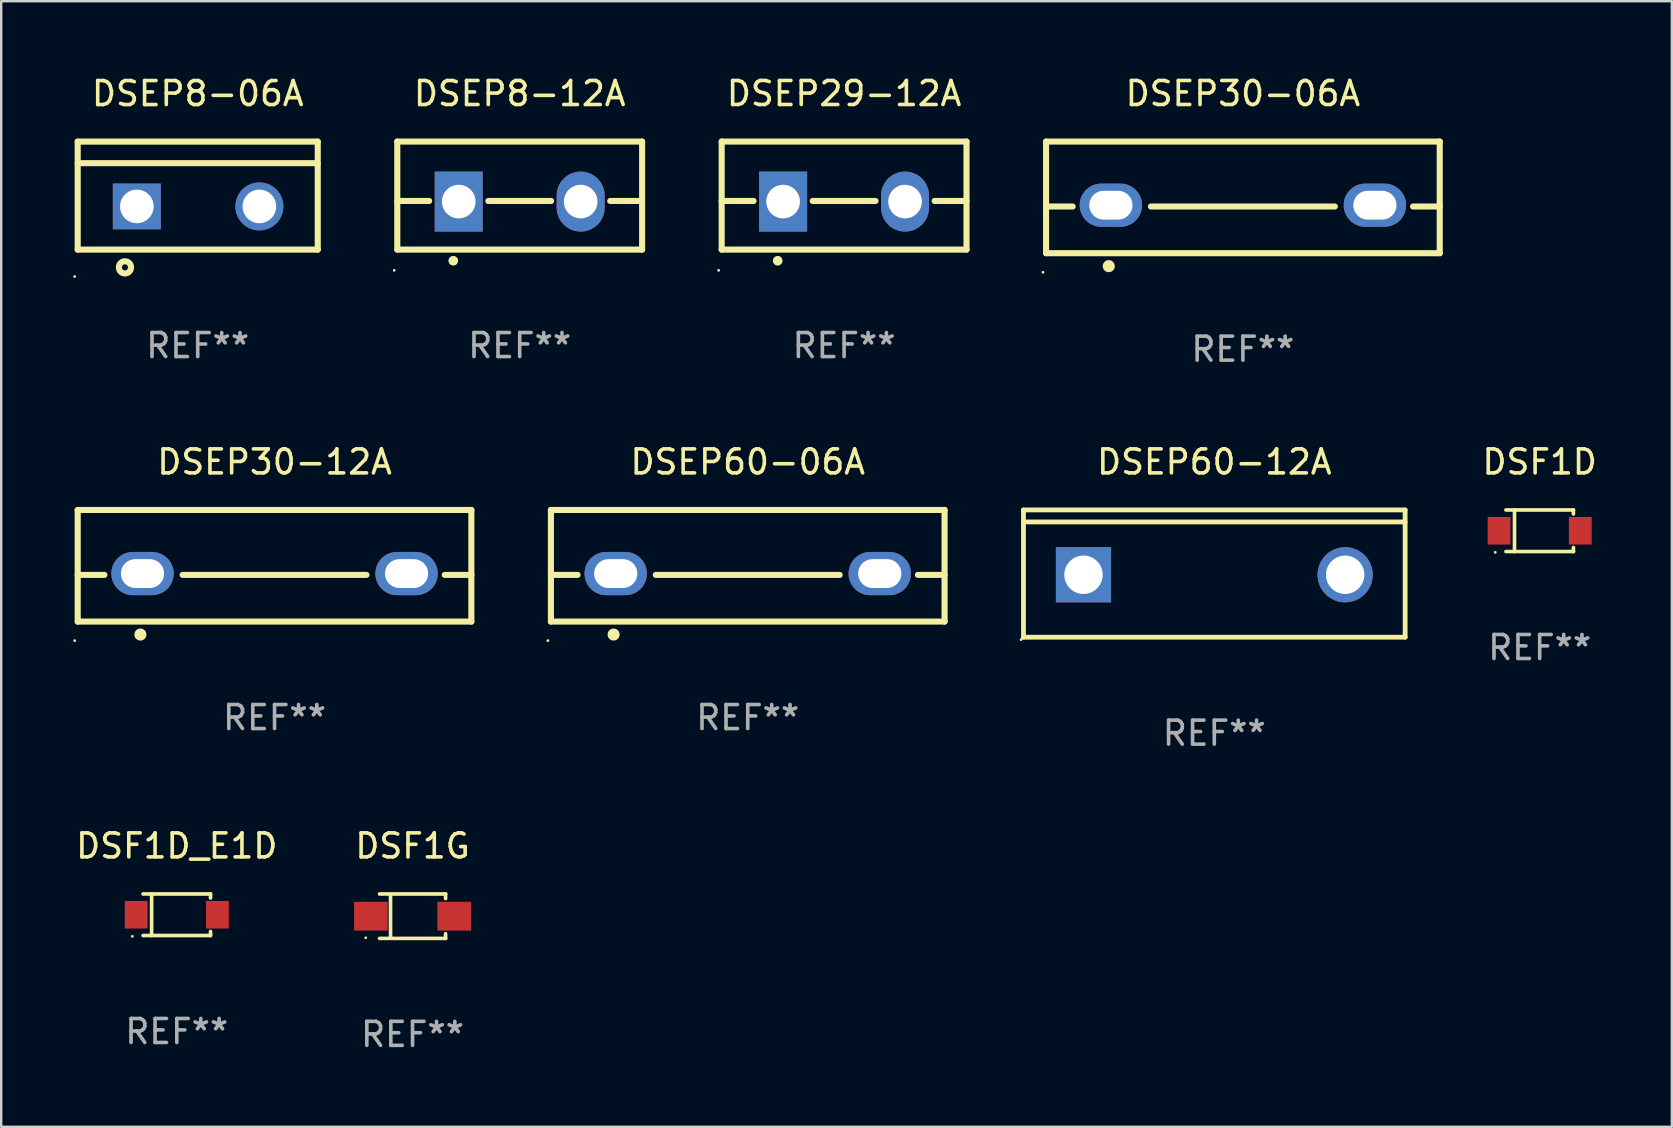
<source format=kicad_pcb>
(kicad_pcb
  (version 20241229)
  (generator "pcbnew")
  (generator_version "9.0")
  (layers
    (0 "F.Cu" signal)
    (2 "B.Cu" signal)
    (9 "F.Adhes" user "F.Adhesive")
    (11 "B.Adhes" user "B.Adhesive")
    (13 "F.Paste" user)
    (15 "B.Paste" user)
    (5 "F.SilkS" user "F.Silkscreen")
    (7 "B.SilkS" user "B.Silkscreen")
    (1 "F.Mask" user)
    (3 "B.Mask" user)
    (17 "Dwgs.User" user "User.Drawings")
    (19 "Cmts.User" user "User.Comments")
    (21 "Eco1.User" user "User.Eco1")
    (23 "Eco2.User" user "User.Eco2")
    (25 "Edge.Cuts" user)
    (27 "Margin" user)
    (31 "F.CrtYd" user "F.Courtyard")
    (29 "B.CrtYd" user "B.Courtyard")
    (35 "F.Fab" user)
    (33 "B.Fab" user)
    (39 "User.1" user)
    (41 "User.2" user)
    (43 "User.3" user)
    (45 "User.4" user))
  (footprint "DSEP60-06A"
    (layer "F.Cu")
    (at 28.101 20.52)
    (property "Reference" "DSEP60-06A" (at 0 -4.325 0) (layer "F.SilkS") (effects (font (size 1 1) (thickness 0.15))))
    (attr through_hole)
    (fp_line (start -8.2 -2.325) (end -8.2 2.325) (stroke (width 0.254) (type solid)) (layer "F.SilkS"))
    (fp_line (start -8.2 -2.325) (end 8.2 -2.325) (stroke (width 0.254) (type solid)) (layer "F.SilkS"))
    (fp_line (start -8.2 0.38) (end -7.09 0.38) (stroke (width 0.254) (type solid)) (layer "F.SilkS"))
    (fp_line (start -8.2 2.325) (end 8.2 2.325) (stroke (width 0.254) (type solid)) (layer "F.SilkS"))
    (fp_line (start -3.83 0.38) (end 3.83 0.38) (stroke (width 0.254) (type solid)) (layer "F.SilkS"))
    (fp_line (start 7.09 0.38) (end 8.2 0.38) (stroke (width 0.254) (type solid)) (layer "F.SilkS"))
    (fp_line (start 8.2 -2.325) (end 8.2 2.325) (stroke (width 0.254) (type solid)) (layer "F.SilkS"))
    (fp_circle (center -8.327 3.119) (end -8.297 3.119) (stroke (width 0.06) (type solid)) (fill no) (layer "F.SilkS"))
    (fp_circle (center -5.588 2.865) (end -5.461 2.865) (stroke (width 0.254) (type solid)) (fill no) (layer "F.SilkS"))
    (fp_text user "REF**" (at 0 6.325 0) (layer "F.Fab") (effects (font (size 1 1) (thickness 0.15))))
    (pad "1" thru_hole oval (at -5.5 0.325) (size 2.6 1.8) (drill oval 1.8 1.2) (layers "*.Cu" "*.Mask"))
    (pad "3" thru_hole oval (at 5.5 0.325) (size 2.6 1.8) (drill oval 1.8 1.2) (layers "*.Cu" "*.Mask")))
  (footprint "DSEP60-12A"
    (layer "F.Cu")
    (at 47.538 20.845)
    (property "Reference" "DSEP60-12A" (at 0 -4.65 0) (layer "F.SilkS") (effects (font (size 1 1) (thickness 0.15))))
    (attr through_hole)
    (fp_line (start -7.95 -2.65) (end -7.95 2.65) (stroke (width 0.2) (type solid)) (layer "F.SilkS"))
    (fp_line (start -7.95 -2.15) (end 7.95 -2.15) (stroke (width 0.2) (type solid)) (layer "F.SilkS"))
    (fp_line (start -7.95 2.65) (end 7.95 2.65) (stroke (width 0.2) (type solid)) (layer "F.SilkS"))
    (fp_line (start 7.95 -2.65) (end -7.95 -2.65) (stroke (width 0.2) (type solid)) (layer "F.SilkS"))
    (fp_line (start 7.95 2.65) (end 7.95 -2.65) (stroke (width 0.2) (type solid)) (layer "F.SilkS"))
    (fp_circle (center -8.05 2.75) (end -8.02 2.75) (stroke (width 0.06) (type solid)) (fill no) (layer "F.SilkS"))
    (fp_text user "REF**" (at 0 6.65 0) (layer "F.Fab") (effects (font (size 1 1) (thickness 0.15))))
    (pad "1" thru_hole rect (at -5.45 0.05) (size 2.3 2.3) (drill 1.6) (layers "*.Cu" "*.Mask"))
    (pad "2" thru_hole circle (at 5.451 0.05) (size 2.3 2.3) (drill 1.6) (layers "*.Cu" "*.Mask")))
  (footprint "DSF1D"
    (layer "F.Cu")
    (at 61.094 19.061)
    (property "Reference" "DSF1D" (at 0 -2.866 0) (layer "F.SilkS") (effects (font (size 1 1) (thickness 0.15))))
    (attr through_hole)
    (fp_line (start -1.406 -0.866) (end 1.406 -0.866) (stroke (width 0.152) (type solid)) (layer "F.SilkS"))
    (fp_line (start -1.406 0.866) (end 1.406 0.866) (stroke (width 0.152) (type solid)) (layer "F.SilkS"))
    (fp_line (start -1.049 -0.866) (end -1.049 0.866) (stroke (width 0.152) (type solid)) (layer "F.SilkS"))
    (fp_line (start 1.406 -0.866) (end 1.406 -0.698) (stroke (width 0.152) (type solid)) (layer "F.SilkS"))
    (fp_line (start 1.406 0.866) (end 1.406 0.698) (stroke (width 0.152) (type solid)) (layer "F.SilkS"))
    (fp_circle (center -1.851 0.9) (end -1.821 0.9) (stroke (width 0.06) (type solid)) (fill no) (layer "F.SilkS"))
    (fp_text user "REF**" (at 0 4.866 0) (layer "F.Fab") (effects (font (size 1 1) (thickness 0.15))))
    (pad "1" smd rect (at -1.692 0) (size 0.95 1.15) (layers "F.Cu" "F.Mask" "F.Paste"))
    (pad "2" smd rect (at 1.692 0) (size 0.95 1.15) (layers "F.Cu" "F.Mask" "F.Paste")))
  (footprint "DSEP8-06A"
    (layer "F.Cu")
    (at 5.187 5.099)
    (property "Reference" "DSEP8-06A" (at 0 -4.25 0) (layer "F.SilkS") (effects (font (size 1 1) (thickness 0.15))))
    (attr through_hole)
    (fp_line (start -5 -2.25) (end 5 -2.25) (stroke (width 0.254) (type solid)) (layer "F.SilkS"))
    (fp_line (start -5 -1.351) (end 5 -1.351) (stroke (width 0.254) (type solid)) (layer "F.SilkS"))
    (fp_line (start -5 2.25) (end -5 -2.25) (stroke (width 0.254) (type solid)) (layer "F.SilkS"))
    (fp_line (start -5 2.25) (end 5 2.25) (stroke (width 0.254) (type solid)) (layer "F.SilkS"))
    (fp_line (start 5 2.25) (end 5 -2.25) (stroke (width 0.254) (type solid)) (layer "F.SilkS"))
    (fp_circle (center -5.127 3.371) (end -5.097 3.371) (stroke (width 0.06) (type solid)) (fill no) (layer "F.SilkS"))
    (fp_circle (center -3.031 2.99) (end -2.777 2.99) (stroke (width 0.254) (type solid)) (fill no) (layer "F.SilkS"))
    (fp_text user "REF**" (at 0 6.25 0) (layer "F.Fab") (effects (font (size 1 1) (thickness 0.15))))
    (pad "1" thru_hole rect (at -2.536 0.45 90) (size 1.905 2) (drill 1.4) (layers "*.Cu" "*.Mask"))
    (pad "3" thru_hole circle (at 2.569 0.45) (size 2 2) (drill 1.4) (layers "*.Cu" "*.Mask")))
  (footprint "DSEP29-12A"
    (layer "F.Cu")
    (at 32.115 5.098)
    (property "Reference" "DSEP29-12A" (at 0 -4.25 0) (layer "F.SilkS") (effects (font (size 1 1) (thickness 0.15))))
    (attr through_hole)
    (fp_line (start -5.1 -2.25) (end -5.1 2.25) (stroke (width 0.254) (type solid)) (layer "F.SilkS"))
    (fp_line (start -5.1 0.224) (end -3.772 0.224) (stroke (width 0.254) (type solid)) (layer "F.SilkS"))
    (fp_line (start -5.1 2.25) (end 5.1 2.25) (stroke (width 0.254) (type solid)) (layer "F.SilkS"))
    (fp_line (start -1.308 0.224) (end 1.309 0.224) (stroke (width 0.254) (type solid)) (layer "F.SilkS"))
    (fp_line (start 3.771 0.224) (end 5.1 0.224) (stroke (width 0.254) (type solid)) (layer "F.SilkS"))
    (fp_line (start 5.1 -2.25) (end -5.1 -2.25) (stroke (width 0.254) (type solid)) (layer "F.SilkS"))
    (fp_line (start 5.1 -2.25) (end 5.1 2.25) (stroke (width 0.254) (type solid)) (layer "F.SilkS"))
    (fp_arc (start -2.768606 2.713805) (mid -2.767336 2.713801) (end -2.766066 2.713805) (stroke (width 0.4) (type solid)) (layer "F.SilkS"))
    (fp_circle (center -5.227 3.114) (end -5.197 3.114) (stroke (width 0.06) (type solid)) (fill no) (layer "F.SilkS"))
    (fp_text user "REF**" (at 0 6.25 0) (layer "F.Fab") (effects (font (size 1 1) (thickness 0.15))))
    (pad "1" thru_hole rect (at -2.54 0.25) (size 2 2.5) (drill 1.4) (layers "*.Cu" "*.Mask"))
    (pad "3" thru_hole oval (at 2.54 0.25) (size 2 2.5) (drill 1.4) (layers "*.Cu" "*.Mask")))
  (footprint "DSEP30-12A"
    (layer "F.Cu")
    (at 8.387 20.52)
    (property "Reference" "DSEP30-12A" (at 0 -4.325 0) (layer "F.SilkS") (effects (font (size 1 1) (thickness 0.15))))
    (attr through_hole)
    (fp_line (start -8.2 -2.325) (end -8.2 2.325) (stroke (width 0.254) (type solid)) (layer "F.SilkS"))
    (fp_line (start -8.2 -2.325) (end 8.2 -2.325) (stroke (width 0.254) (type solid)) (layer "F.SilkS"))
    (fp_line (start -8.2 0.38) (end -7.09 0.38) (stroke (width 0.254) (type solid)) (layer "F.SilkS"))
    (fp_line (start -8.2 2.325) (end 8.2 2.325) (stroke (width 0.254) (type solid)) (layer "F.SilkS"))
    (fp_line (start -3.83 0.38) (end 3.83 0.38) (stroke (width 0.254) (type solid)) (layer "F.SilkS"))
    (fp_line (start 7.09 0.38) (end 8.2 0.38) (stroke (width 0.254) (type solid)) (layer "F.SilkS"))
    (fp_line (start 8.2 -2.325) (end 8.2 2.325) (stroke (width 0.254) (type solid)) (layer "F.SilkS"))
    (fp_circle (center -8.327 3.119) (end -8.297 3.119) (stroke (width 0.06) (type solid)) (fill no) (layer "F.SilkS"))
    (fp_circle (center -5.588 2.865) (end -5.461 2.865) (stroke (width 0.254) (type solid)) (fill no) (layer "F.SilkS"))
    (fp_text user "REF**" (at 0 6.325 0) (layer "F.Fab") (effects (font (size 1 1) (thickness 0.15))))
    (pad "1" thru_hole oval (at -5.5 0.325) (size 2.6 1.8) (drill oval 1.8 1.2) (layers "*.Cu" "*.Mask"))
    (pad "3" thru_hole oval (at 5.5 0.325) (size 2.6 1.8) (drill oval 1.8 1.2) (layers "*.Cu" "*.Mask")))
  (footprint "DSEP30-06A"
    (layer "F.Cu")
    (at 48.729 5.173)
    (property "Reference" "DSEP30-06A" (at 0 -4.325 0) (layer "F.SilkS") (effects (font (size 1 1) (thickness 0.15))))
    (attr through_hole)
    (fp_line (start -8.2 -2.325) (end -8.2 2.325) (stroke (width 0.254) (type solid)) (layer "F.SilkS"))
    (fp_line (start -8.2 -2.325) (end 8.2 -2.325) (stroke (width 0.254) (type solid)) (layer "F.SilkS"))
    (fp_line (start -8.2 0.38) (end -7.09 0.38) (stroke (width 0.254) (type solid)) (layer "F.SilkS"))
    (fp_line (start -8.2 2.325) (end 8.2 2.325) (stroke (width 0.254) (type solid)) (layer "F.SilkS"))
    (fp_line (start -3.83 0.38) (end 3.83 0.38) (stroke (width 0.254) (type solid)) (layer "F.SilkS"))
    (fp_line (start 7.09 0.38) (end 8.2 0.38) (stroke (width 0.254) (type solid)) (layer "F.SilkS"))
    (fp_line (start 8.2 -2.325) (end 8.2 2.325) (stroke (width 0.254) (type solid)) (layer "F.SilkS"))
    (fp_circle (center -8.327 3.119) (end -8.297 3.119) (stroke (width 0.06) (type solid)) (fill no) (layer "F.SilkS"))
    (fp_circle (center -5.588 2.865) (end -5.461 2.865) (stroke (width 0.254) (type solid)) (fill no) (layer "F.SilkS"))
    (fp_text user "REF**" (at 0 6.325 0) (layer "F.Fab") (effects (font (size 1 1) (thickness 0.15))))
    (pad "1" thru_hole oval (at -5.5 0.325) (size 2.6 1.8) (drill oval 1.8 1.2) (layers "*.Cu" "*.Mask"))
    (pad "3" thru_hole oval (at 5.5 0.325) (size 2.6 1.8) (drill oval 1.8 1.2) (layers "*.Cu" "*.Mask")))
  (footprint "DSF1G"
    (layer "F.Cu")
    (at 14.137 35.118)
    (property "Reference" "DSF1G" (at 0 -2.926 0) (layer "F.SilkS") (effects (font (size 1 1) (thickness 0.15))))
    (attr through_hole)
    (fp_line (start -1.376 -0.926) (end 1.376 -0.926) (stroke (width 0.152) (type solid)) (layer "F.SilkS"))
    (fp_line (start -1.376 0.926) (end 1.376 0.926) (stroke (width 0.152) (type solid)) (layer "F.SilkS"))
    (fp_line (start -0.917 -0.876) (end -0.917 0.876) (stroke (width 0.152) (type solid)) (layer "F.SilkS"))
    (fp_line (start 1.376 -0.926) (end 1.376 -0.733) (stroke (width 0.152) (type solid)) (layer "F.SilkS"))
    (fp_line (start 1.376 0.926) (end 1.376 0.733) (stroke (width 0.152) (type solid)) (layer "F.SilkS"))
    (fp_circle (center -1.95 0.9) (end -1.92 0.9) (stroke (width 0.06) (type solid)) (fill no) (layer "F.SilkS"))
    (fp_text user "REF**" (at 0 4.926 0) (layer "F.Fab") (effects (font (size 1 1) (thickness 0.15))))
    (pad "1" smd rect (at -1.735 0) (size 1.4 1.2) (layers "F.Cu" "F.Mask" "F.Paste"))
    (pad "2" smd rect (at 1.735 0) (size 1.4 1.2) (layers "F.Cu" "F.Mask" "F.Paste")))
  (footprint "DSEP8-12A"
    (layer "F.Cu")
    (at 18.601 5.098)
    (property "Reference" "DSEP8-12A" (at 0 -4.25 0) (layer "F.SilkS") (effects (font (size 1 1) (thickness 0.15))))
    (attr through_hole)
    (fp_line (start -5.1 -2.25) (end -5.1 2.25) (stroke (width 0.254) (type solid)) (layer "F.SilkS"))
    (fp_line (start -5.1 0.224) (end -3.772 0.224) (stroke (width 0.254) (type solid)) (layer "F.SilkS"))
    (fp_line (start -5.1 2.25) (end 5.1 2.25) (stroke (width 0.254) (type solid)) (layer "F.SilkS"))
    (fp_line (start -1.308 0.224) (end 1.309 0.224) (stroke (width 0.254) (type solid)) (layer "F.SilkS"))
    (fp_line (start 3.771 0.224) (end 5.1 0.224) (stroke (width 0.254) (type solid)) (layer "F.SilkS"))
    (fp_line (start 5.1 -2.25) (end -5.1 -2.25) (stroke (width 0.254) (type solid)) (layer "F.SilkS"))
    (fp_line (start 5.1 -2.25) (end 5.1 2.25) (stroke (width 0.254) (type solid)) (layer "F.SilkS"))
    (fp_arc (start -2.768606 2.713805) (mid -2.767336 2.713801) (end -2.766066 2.713805) (stroke (width 0.4) (type solid)) (layer "F.SilkS"))
    (fp_circle (center -5.227 3.114) (end -5.197 3.114) (stroke (width 0.06) (type solid)) (fill no) (layer "F.SilkS"))
    (fp_text user "REF**" (at 0 6.25 0) (layer "F.Fab") (effects (font (size 1 1) (thickness 0.15))))
    (pad "1" thru_hole rect (at -2.54 0.25) (size 2 2.5) (drill 1.4) (layers "*.Cu" "*.Mask"))
    (pad "3" thru_hole oval (at 2.54 0.25) (size 2 2.5) (drill 1.4) (layers "*.Cu" "*.Mask")))
  (footprint "DSF1D_E1D"
    (layer "F.Cu")
    (at 4.315 35.058)
    (property "Reference" "DSF1D_E1D" (at 0 -2.866 0) (layer "F.SilkS") (effects (font (size 1 1) (thickness 0.15))))
    (attr through_hole)
    (fp_line (start -1.406 -0.866) (end 1.406 -0.866) (stroke (width 0.152) (type solid)) (layer "F.SilkS"))
    (fp_line (start -1.406 0.866) (end 1.406 0.866) (stroke (width 0.152) (type solid)) (layer "F.SilkS"))
    (fp_line (start -1.049 -0.866) (end -1.049 0.866) (stroke (width 0.152) (type solid)) (layer "F.SilkS"))
    (fp_line (start 1.406 -0.866) (end 1.406 -0.698) (stroke (width 0.152) (type solid)) (layer "F.SilkS"))
    (fp_line (start 1.406 0.866) (end 1.406 0.698) (stroke (width 0.152) (type solid)) (layer "F.SilkS"))
    (fp_circle (center -1.851 0.9) (end -1.821 0.9) (stroke (width 0.06) (type solid)) (fill no) (layer "F.SilkS"))
    (fp_text user "REF**" (at 0 4.866 0) (layer "F.Fab") (effects (font (size 1 1) (thickness 0.15))))
    (pad "1" smd rect (at -1.692 0) (size 0.95 1.15) (layers "F.Cu" "F.Mask" "F.Paste"))
    (pad "2" smd rect (at 1.692 0) (size 0.95 1.15) (layers "F.Cu" "F.Mask" "F.Paste")))
  (gr_rect
    (start -3 -3)
    (end 66.6 43.893)
    (stroke (width 0.1) (type default))
    (fill no)
    (layer "Edge.Cuts")))
</source>
